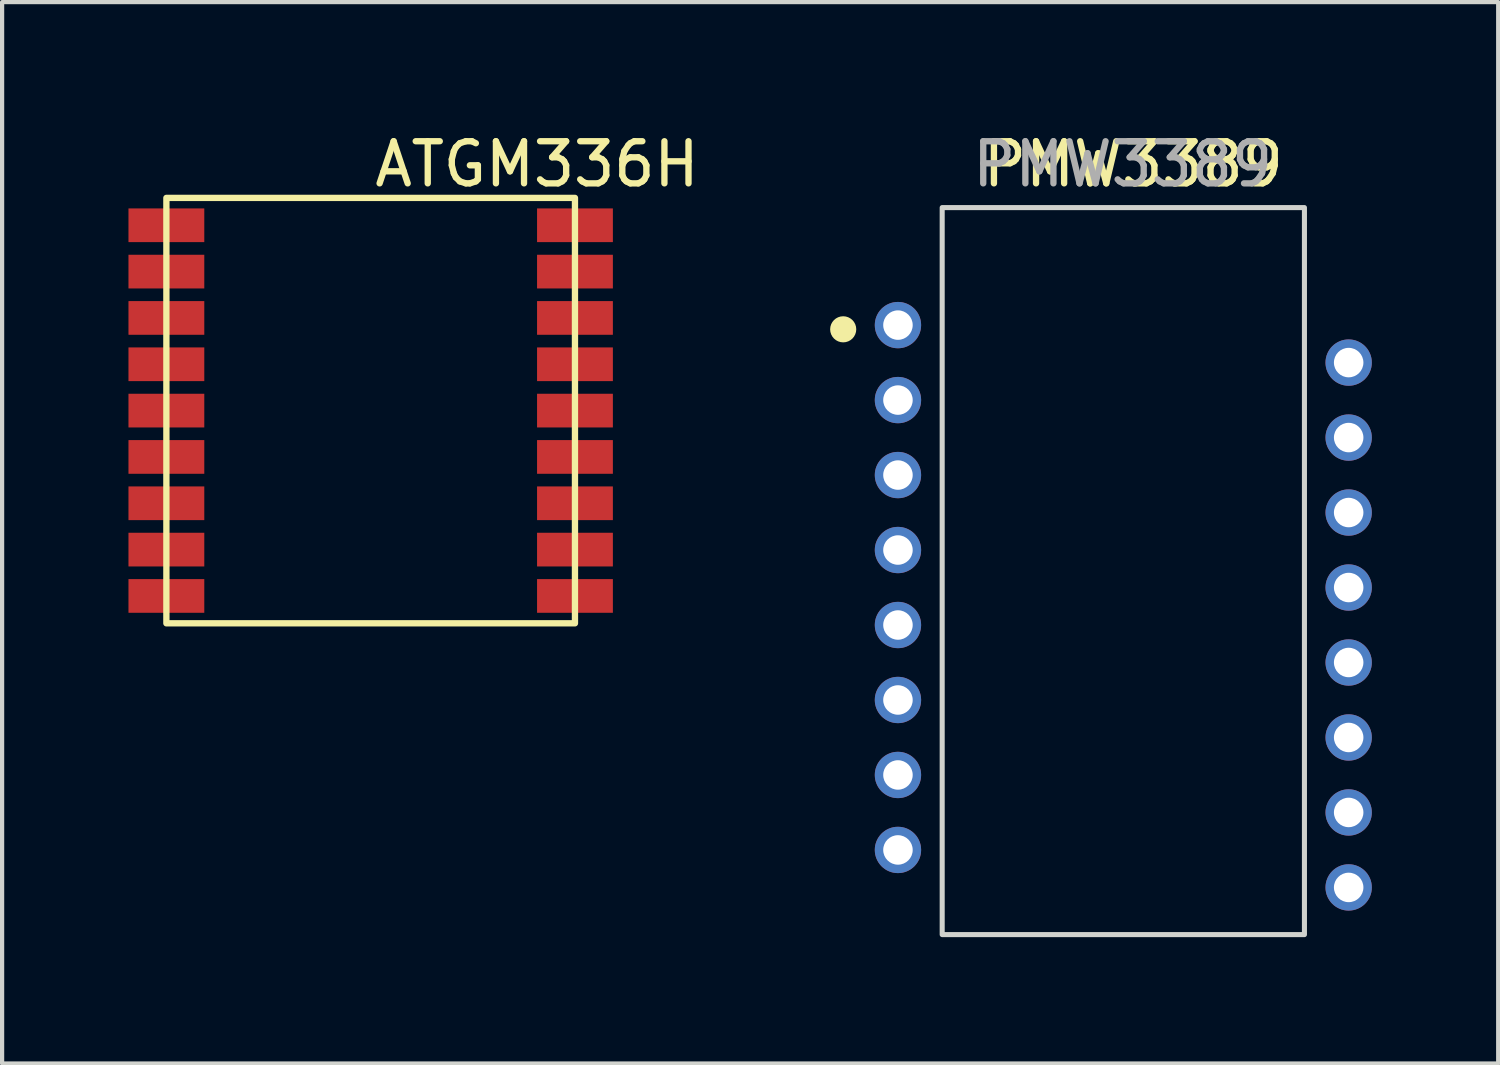
<source format=kicad_pcb>
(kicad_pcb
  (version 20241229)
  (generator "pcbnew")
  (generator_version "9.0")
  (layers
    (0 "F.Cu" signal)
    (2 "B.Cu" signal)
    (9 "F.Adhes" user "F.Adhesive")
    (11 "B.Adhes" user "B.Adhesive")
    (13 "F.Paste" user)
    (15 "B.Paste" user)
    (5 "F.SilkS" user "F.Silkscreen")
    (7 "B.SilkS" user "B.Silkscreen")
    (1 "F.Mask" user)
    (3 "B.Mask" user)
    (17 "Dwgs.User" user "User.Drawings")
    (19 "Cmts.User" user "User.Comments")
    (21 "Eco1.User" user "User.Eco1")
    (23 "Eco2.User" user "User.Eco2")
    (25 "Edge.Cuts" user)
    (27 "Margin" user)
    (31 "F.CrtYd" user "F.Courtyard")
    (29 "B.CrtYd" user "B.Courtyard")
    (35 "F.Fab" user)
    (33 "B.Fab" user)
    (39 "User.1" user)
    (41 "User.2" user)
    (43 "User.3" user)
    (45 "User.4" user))
  (footprint "ATGM336H"
    (layer "F.Cu")
    (at 0.9 1.648)
    (property "Reference" "ATGM336H" (at 8.8 -0.8 0) (unlocked yes) (layer "F.SilkS") (effects (font (size 1 1) (thickness 0.15))))
    (attr smd)
    (fp_rect (start 0 0) (end 9.7 10.1) (stroke (width 0.15) (type default)) (fill no) (layer "F.SilkS"))
    (pad "1" smd rect (at 0 0.65) (size 1.8 0.8) (layers "F.Cu" "F.Mask" "F.Paste"))
    (pad "2" smd rect (at 0 1.75) (size 1.8 0.8) (layers "F.Cu" "F.Mask" "F.Paste"))
    (pad "3" smd rect (at 0 2.85) (size 1.8 0.8) (layers "F.Cu" "F.Mask" "F.Paste"))
    (pad "4" smd rect (at 0 3.95) (size 1.8 0.8) (layers "F.Cu" "F.Mask" "F.Paste"))
    (pad "5" smd rect (at 0 5.05) (size 1.8 0.8) (layers "F.Cu" "F.Mask" "F.Paste"))
    (pad "6" smd rect (at 0 6.15) (size 1.8 0.8) (layers "F.Cu" "F.Mask" "F.Paste"))
    (pad "7" smd rect (at 0 7.25) (size 1.8 0.8) (layers "F.Cu" "F.Mask" "F.Paste"))
    (pad "8" smd rect (at 0 8.35) (size 1.8 0.8) (layers "F.Cu" "F.Mask" "F.Paste"))
    (pad "9" smd rect (at 0 9.45) (size 1.8 0.8) (layers "F.Cu" "F.Mask" "F.Paste"))
    (pad "10" smd rect (at 9.7 9.45) (size 1.8 0.8) (layers "F.Cu" "F.Mask" "F.Paste"))
    (pad "11" smd rect (at 9.7 8.35) (size 1.8 0.8) (layers "F.Cu" "F.Mask" "F.Paste"))
    (pad "12" smd rect (at 9.7 7.25) (size 1.8 0.8) (layers "F.Cu" "F.Mask" "F.Paste"))
    (pad "13" smd rect (at 9.7 6.15) (size 1.8 0.8) (layers "F.Cu" "F.Mask" "F.Paste"))
    (pad "14" smd rect (at 9.7 5.05) (size 1.8 0.8) (layers "F.Cu" "F.Mask" "F.Paste"))
    (pad "15" smd rect (at 9.7 3.95) (size 1.8 0.8) (layers "F.Cu" "F.Mask" "F.Paste"))
    (pad "16" smd rect (at 9.7 2.85) (size 1.8 0.8) (layers "F.Cu" "F.Mask" "F.Paste"))
    (pad "17" smd rect (at 9.7 1.75) (size 1.8 0.8) (layers "F.Cu" "F.Mask" "F.Paste"))
    (pad "18" smd rect (at 9.7 0.65) (size 1.8 0.8) (layers "F.Cu" "F.Mask" "F.Paste")))
  (footprint "PMW3389"
    (layer "F.Cu")
    (at 18.268 4.658)
    (property "Reference" "PMW3389" (at 5.588 -3.81 0) (unlocked yes) (layer "F.SilkS") (effects (font (size 1 1) (thickness 0.15))))
    (attr smd)
    (fp_circle (center -1.3 0.11) (end -1.55 0.11) (stroke (width 0.12) (type solid)) (fill yes) (layer "F.SilkS"))
    (fp_rect (start 1.05 -2.78) (end 9.65 14.48) (stroke (width 0.12) (type default)) (fill no) (layer "Edge.Cuts"))
    (fp_text user "${REFERENCE}" (at 5.334 -3.81 0) (unlocked yes) (layer "F.Fab") (effects (font (size 1 1) (thickness 0.15))))
    (pad "1" thru_hole circle (at 0 0.01 180) (size 1.1 1.1) (drill 0.7) (layers "*.Cu" "*.Mask"))
    (pad "2" thru_hole circle (at 0 1.79 180) (size 1.1 1.1) (drill 0.7) (layers "*.Cu" "*.Mask"))
    (pad "3" thru_hole circle (at 0 3.57 180) (size 1.1 1.1) (drill 0.7) (layers "*.Cu" "*.Mask"))
    (pad "4" thru_hole circle (at 0 5.35 180) (size 1.1 1.1) (drill 0.7) (layers "*.Cu" "*.Mask"))
    (pad "5" thru_hole circle (at 0 7.13 180) (size 1.1 1.1) (drill 0.7) (layers "*.Cu" "*.Mask"))
    (pad "6" thru_hole circle (at 0 8.91 180) (size 1.1 1.1) (drill 0.7) (layers "*.Cu" "*.Mask"))
    (pad "7" thru_hole circle (at 0 10.69 180) (size 1.1 1.1) (drill 0.7) (layers "*.Cu" "*.Mask"))
    (pad "8" thru_hole circle (at 0 12.47 180) (size 1.1 1.1) (drill 0.7) (layers "*.Cu" "*.Mask"))
    (pad "9" thru_hole circle (at 10.7 13.36 180) (size 1.1 1.1) (drill 0.7) (layers "*.Cu" "*.Mask"))
    (pad "10" thru_hole circle (at 10.7 11.58 180) (size 1.1 1.1) (drill 0.7) (layers "*.Cu" "*.Mask"))
    (pad "11" thru_hole circle (at 10.7 9.8 180) (size 1.1 1.1) (drill 0.7) (layers "*.Cu" "*.Mask"))
    (pad "12" thru_hole circle (at 10.7 8.02 180) (size 1.1 1.1) (drill 0.7) (layers "*.Cu" "*.Mask"))
    (pad "13" thru_hole circle (at 10.7 6.24 180) (size 1.1 1.1) (drill 0.7) (layers "*.Cu" "*.Mask"))
    (pad "14" thru_hole circle (at 10.7 4.46 180) (size 1.1 1.1) (drill 0.7) (layers "*.Cu" "*.Mask"))
    (pad "15" thru_hole circle (at 10.7 2.68 180) (size 1.1 1.1) (drill 0.7) (layers "*.Cu" "*.Mask"))
    (pad "16" thru_hole circle (at 10.7 0.9 180) (size 1.1 1.1) (drill 0.7) (layers "*.Cu" "*.Mask")))
  (gr_rect
    (start -3 -3)
    (end 32.518 22.198)
    (stroke (width 0.1) (type default))
    (fill no)
    (layer "Edge.Cuts")))
</source>
